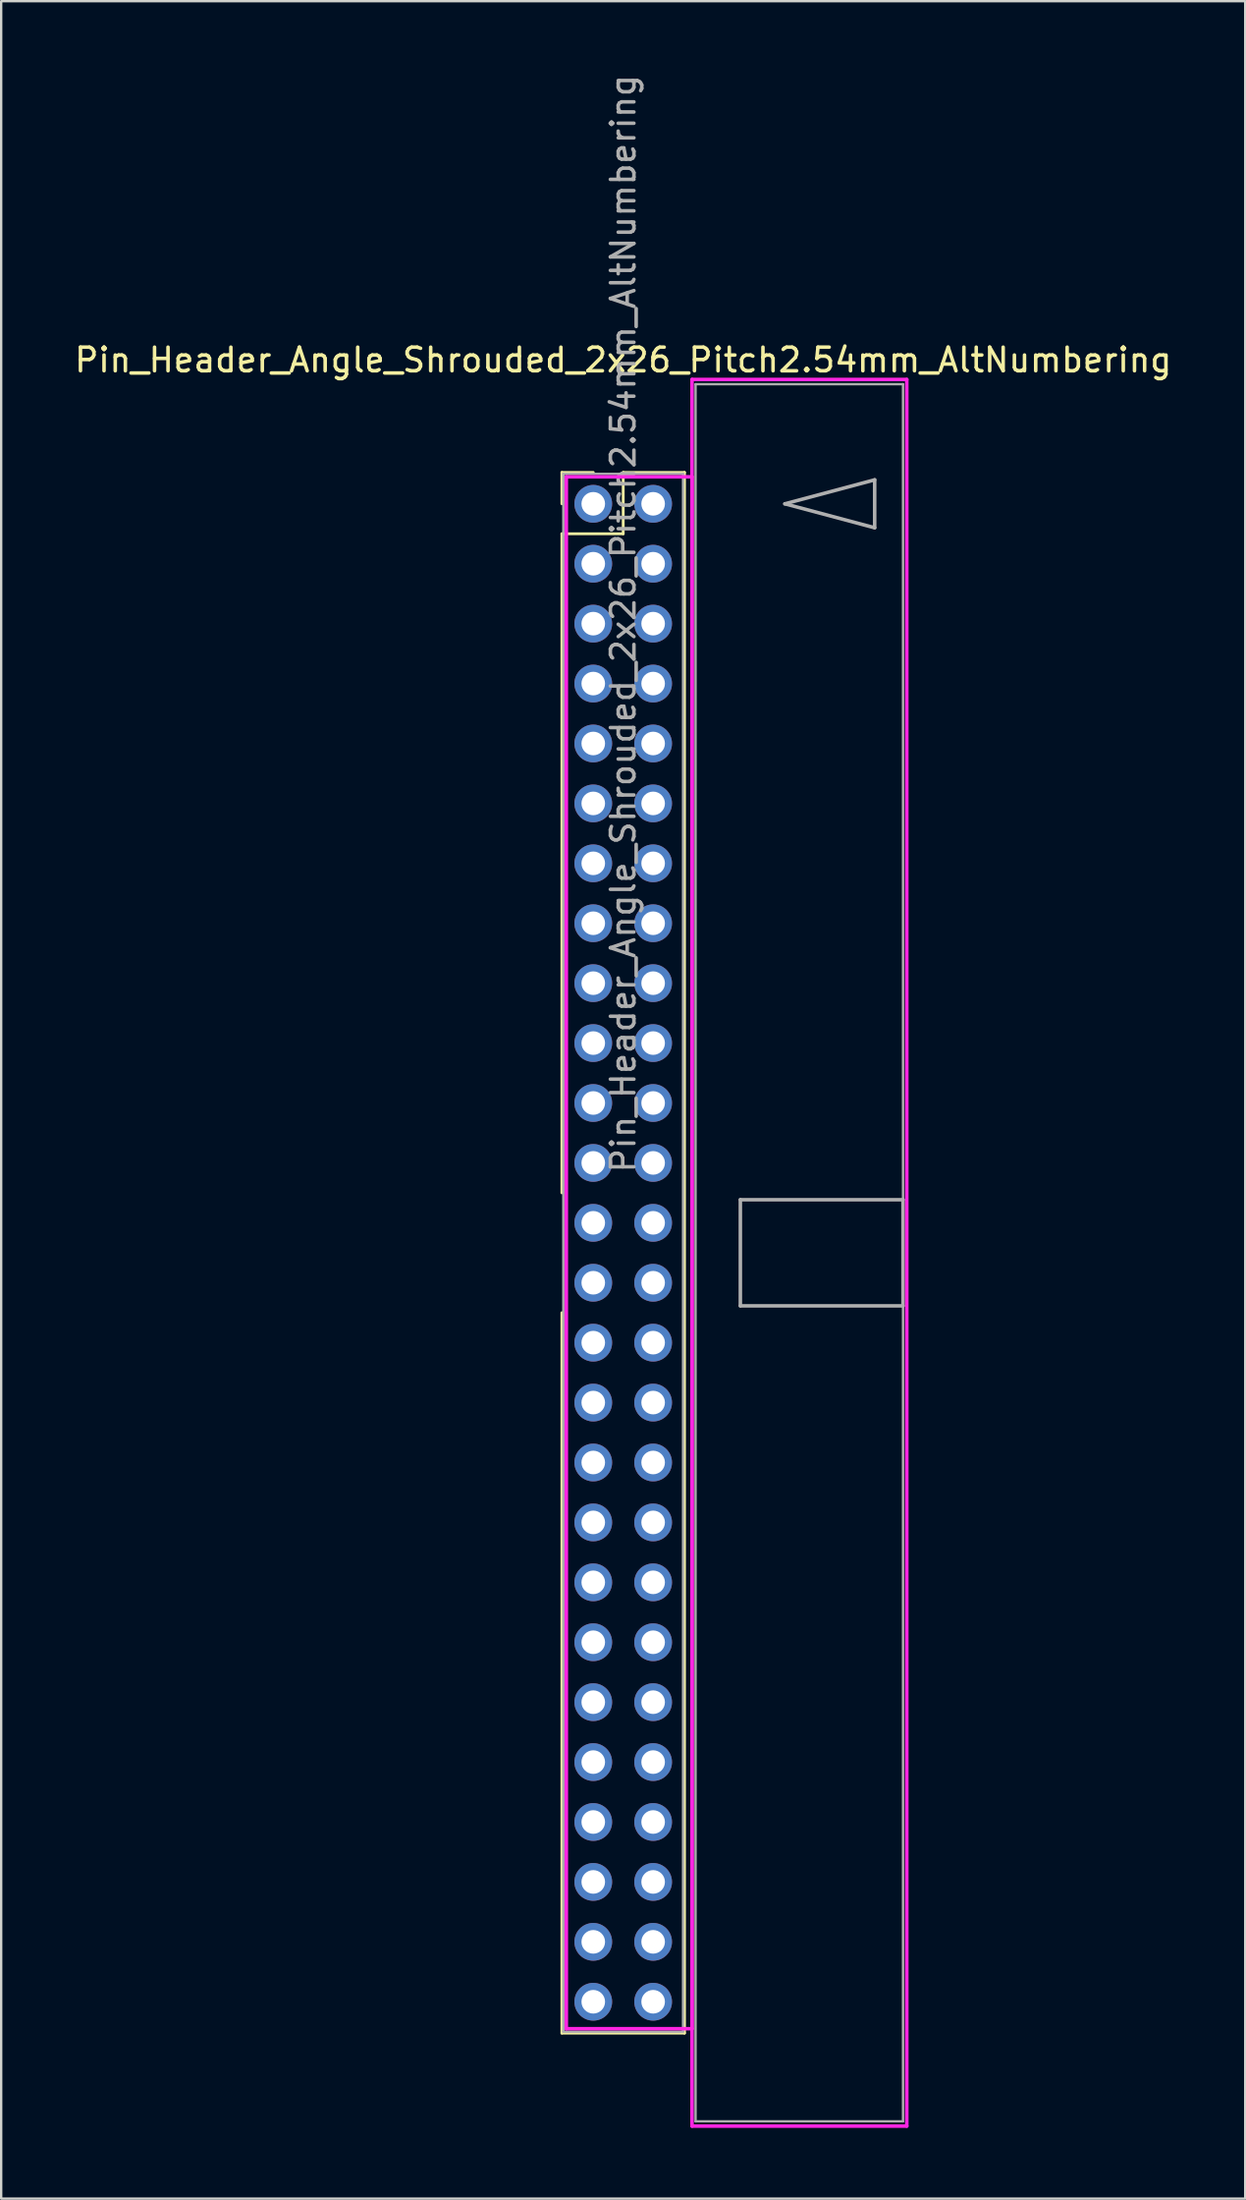
<source format=kicad_pcb>
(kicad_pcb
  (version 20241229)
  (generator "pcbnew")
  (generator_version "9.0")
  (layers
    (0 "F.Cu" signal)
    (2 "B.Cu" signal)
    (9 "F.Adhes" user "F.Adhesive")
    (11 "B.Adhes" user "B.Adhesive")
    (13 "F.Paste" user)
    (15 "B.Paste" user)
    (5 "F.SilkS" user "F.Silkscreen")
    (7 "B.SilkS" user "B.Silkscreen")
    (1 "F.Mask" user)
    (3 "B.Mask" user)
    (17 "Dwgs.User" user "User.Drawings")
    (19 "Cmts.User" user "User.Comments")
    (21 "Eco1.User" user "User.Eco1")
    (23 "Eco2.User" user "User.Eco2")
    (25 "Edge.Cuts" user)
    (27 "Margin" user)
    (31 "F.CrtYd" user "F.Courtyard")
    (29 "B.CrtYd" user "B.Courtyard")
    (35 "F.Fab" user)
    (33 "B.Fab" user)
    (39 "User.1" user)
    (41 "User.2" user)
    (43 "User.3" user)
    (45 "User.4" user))
  (footprint "Pin_Header_Angle_Shrouded_2x26_Pitch2.54mm_AltNumbering"
    (layer "F.Cu")
    (at 22.117 18.307)
    (property "Reference" "Pin_Header_Angle_Shrouded_2x26_Pitch2.54mm_AltNumbering" (at 1.27 -6.096 0) (layer "F.SilkS") (effects (font (size 1 1) (thickness 0.15))))
    (attr through_hole)
    (fp_line (start -1.33 -1.33) (end 0 -1.33) (stroke (width 0.12) (type solid)) (layer "F.SilkS"))
    (fp_line (start -1.33 0) (end -1.33 -1.33) (stroke (width 0.12) (type solid)) (layer "F.SilkS"))
    (fp_line (start -1.33 1.27) (end -1.33 29.21) (stroke (width 0.12) (type solid)) (layer "F.SilkS"))
    (fp_line (start -1.33 1.27) (end 1.27 1.27) (stroke (width 0.12) (type solid)) (layer "F.SilkS"))
    (fp_line (start -1.33 34.29) (end -1.33 64.83) (stroke (width 0.12) (type solid)) (layer "F.SilkS"))
    (fp_line (start -1.33 64.83) (end 3.87 64.83) (stroke (width 0.12) (type solid)) (layer "F.SilkS"))
    (fp_line (start 1.27 -1.33) (end 3.87 -1.33) (stroke (width 0.12) (type solid)) (layer "F.SilkS"))
    (fp_line (start 1.27 1.27) (end 1.27 -1.33) (stroke (width 0.12) (type solid)) (layer "F.SilkS"))
    (fp_line (start 3.87 -1.33) (end 3.87 64.83) (stroke (width 0.12) (type solid)) (layer "F.SilkS"))
    (fp_line (start -1.143 -1.143) (end -1.143 64.643) (stroke (width 0.15) (type solid)) (layer "F.CrtYd"))
    (fp_line (start -1.143 64.643) (end 4.19 64.643) (stroke (width 0.15) (type solid)) (layer "F.CrtYd"))
    (fp_line (start 4.19 -5.27) (end 4.19 68.77) (stroke (width 0.15) (type solid)) (layer "F.CrtYd"))
    (fp_line (start 4.19 -1.143) (end -1.143 -1.143) (stroke (width 0.15) (type solid)) (layer "F.CrtYd"))
    (fp_line (start 4.19 64.643) (end 4.19 -1.143) (stroke (width 0.15) (type solid)) (layer "F.CrtYd"))
    (fp_line (start 4.19 68.77) (end 13.3 68.77) (stroke (width 0.15) (type solid)) (layer "F.CrtYd"))
    (fp_line (start 13.3 -5.27) (end 4.19 -5.27) (stroke (width 0.15) (type solid)) (layer "F.CrtYd"))
    (fp_line (start 13.3 68.77) (end 13.3 -5.27) (stroke (width 0.15) (type solid)) (layer "F.CrtYd"))
    (fp_line (start -1.27 -1.27) (end -1.27 64.77) (stroke (width 0.1) (type solid)) (layer "F.Fab"))
    (fp_line (start -1.27 64.77) (end 3.81 64.77) (stroke (width 0.1) (type solid)) (layer "F.Fab"))
    (fp_line (start 3.81 -1.27) (end -1.27 -1.27) (stroke (width 0.1) (type solid)) (layer "F.Fab"))
    (fp_line (start 3.81 64.77) (end 3.81 -1.27) (stroke (width 0.1) (type solid)) (layer "F.Fab"))
    (fp_line (start 4.34 -5.07) (end 4.34 68.57) (stroke (width 0.1) (type solid)) (layer "F.Fab"))
    (fp_line (start 4.34 68.57) (end 13.14 68.57) (stroke (width 0.1) (type solid)) (layer "F.Fab"))
    (fp_line (start 6.24 29.5) (end 6.24 34) (stroke (width 0.15) (type solid)) (layer "F.Fab"))
    (fp_line (start 6.24 34) (end 13.14 34) (stroke (width 0.15) (type solid)) (layer "F.Fab"))
    (fp_line (start 8.128 0) (end 11.938 -1.016) (stroke (width 0.15) (type solid)) (layer "F.Fab"))
    (fp_line (start 11.938 -1.016) (end 11.938 1.016) (stroke (width 0.15) (type solid)) (layer "F.Fab"))
    (fp_line (start 11.938 1.016) (end 8.128 0) (stroke (width 0.15) (type solid)) (layer "F.Fab"))
    (fp_line (start 13.14 -5.07) (end 4.34 -5.07) (stroke (width 0.1) (type solid)) (layer "F.Fab"))
    (fp_line (start 13.14 29.5) (end 6.24 29.5) (stroke (width 0.15) (type solid)) (layer "F.Fab"))
    (fp_line (start 13.14 34) (end 13.14 29.5) (stroke (width 0.15) (type solid)) (layer "F.Fab"))
    (fp_line (start 13.14 68.57) (end 13.14 -5.07) (stroke (width 0.1) (type solid)) (layer "F.Fab"))
    (fp_text user "${REFERENCE}" (at 1.27 5.08 90) (layer "F.Fab") (effects (font (size 1 1) (thickness 0.15))))
    (pad "1" thru_hole oval (at 0 0) (size 1.6 1.6) (drill 1) (layers "*.Cu" "*.Mask"))
    (pad "2" thru_hole oval (at 0 2.54) (size 1.6 1.6) (drill 1) (layers "*.Cu" "*.Mask"))
    (pad "3" thru_hole oval (at 0 5.08) (size 1.6 1.6) (drill 1) (layers "*.Cu" "*.Mask"))
    (pad "4" thru_hole oval (at 0 7.62) (size 1.6 1.6) (drill 1) (layers "*.Cu" "*.Mask"))
    (pad "5" thru_hole oval (at 0 10.16) (size 1.6 1.6) (drill 1) (layers "*.Cu" "*.Mask"))
    (pad "6" thru_hole oval (at 0 12.7) (size 1.6 1.6) (drill 1) (layers "*.Cu" "*.Mask"))
    (pad "7" thru_hole oval (at 0 15.24) (size 1.6 1.6) (drill 1) (layers "*.Cu" "*.Mask"))
    (pad "8" thru_hole oval (at 0 17.78) (size 1.6 1.6) (drill 1) (layers "*.Cu" "*.Mask"))
    (pad "9" thru_hole oval (at 0 20.32) (size 1.6 1.6) (drill 1) (layers "*.Cu" "*.Mask"))
    (pad "10" thru_hole oval (at 0 22.86) (size 1.6 1.6) (drill 1) (layers "*.Cu" "*.Mask"))
    (pad "11" thru_hole oval (at 0 25.4) (size 1.6 1.6) (drill 1) (layers "*.Cu" "*.Mask"))
    (pad "12" thru_hole oval (at 0 27.94) (size 1.6 1.6) (drill 1) (layers "*.Cu" "*.Mask"))
    (pad "13" thru_hole oval (at 0 30.48) (size 1.6 1.6) (drill 1) (layers "*.Cu" "*.Mask"))
    (pad "14" thru_hole oval (at 0 33.02) (size 1.6 1.6) (drill 1) (layers "*.Cu" "*.Mask"))
    (pad "15" thru_hole oval (at 0 35.56) (size 1.6 1.6) (drill 1) (layers "*.Cu" "*.Mask"))
    (pad "16" thru_hole oval (at 0 38.1) (size 1.6 1.6) (drill 1) (layers "*.Cu" "*.Mask"))
    (pad "17" thru_hole oval (at 0 40.64) (size 1.6 1.6) (drill 1) (layers "*.Cu" "*.Mask"))
    (pad "18" thru_hole oval (at 0 43.18) (size 1.6 1.6) (drill 1) (layers "*.Cu" "*.Mask"))
    (pad "19" thru_hole oval (at 0 45.72) (size 1.6 1.6) (drill 1) (layers "*.Cu" "*.Mask"))
    (pad "20" thru_hole oval (at 0 48.26) (size 1.6 1.6) (drill 1) (layers "*.Cu" "*.Mask"))
    (pad "21" thru_hole oval (at 0 50.8) (size 1.6 1.6) (drill 1) (layers "*.Cu" "*.Mask"))
    (pad "22" thru_hole oval (at 0 53.34) (size 1.6 1.6) (drill 1) (layers "*.Cu" "*.Mask"))
    (pad "23" thru_hole oval (at 0 55.88) (size 1.6 1.6) (drill 1) (layers "*.Cu" "*.Mask"))
    (pad "24" thru_hole oval (at 0 58.42) (size 1.6 1.6) (drill 1) (layers "*.Cu" "*.Mask"))
    (pad "25" thru_hole oval (at 0 60.96) (size 1.6 1.6) (drill 1) (layers "*.Cu" "*.Mask"))
    (pad "26" thru_hole oval (at 0 63.5) (size 1.6 1.6) (drill 1) (layers "*.Cu" "*.Mask"))
    (pad "27" thru_hole oval (at 2.54 0) (size 1.6 1.6) (drill 1) (layers "*.Cu" "*.Mask"))
    (pad "28" thru_hole oval (at 2.54 2.54) (size 1.6 1.6) (drill 1) (layers "*.Cu" "*.Mask"))
    (pad "29" thru_hole oval (at 2.54 5.08) (size 1.6 1.6) (drill 1) (layers "*.Cu" "*.Mask"))
    (pad "30" thru_hole oval (at 2.54 7.62) (size 1.6 1.6) (drill 1) (layers "*.Cu" "*.Mask"))
    (pad "31" thru_hole oval (at 2.54 10.16) (size 1.6 1.6) (drill 1) (layers "*.Cu" "*.Mask"))
    (pad "32" thru_hole oval (at 2.54 12.7) (size 1.6 1.6) (drill 1) (layers "*.Cu" "*.Mask"))
    (pad "33" thru_hole oval (at 2.54 15.24) (size 1.6 1.6) (drill 1) (layers "*.Cu" "*.Mask"))
    (pad "34" thru_hole oval (at 2.54 17.78) (size 1.6 1.6) (drill 1) (layers "*.Cu" "*.Mask"))
    (pad "35" thru_hole oval (at 2.54 20.32) (size 1.6 1.6) (drill 1) (layers "*.Cu" "*.Mask"))
    (pad "36" thru_hole oval (at 2.54 22.86) (size 1.6 1.6) (drill 1) (layers "*.Cu" "*.Mask"))
    (pad "37" thru_hole oval (at 2.54 25.4) (size 1.6 1.6) (drill 1) (layers "*.Cu" "*.Mask"))
    (pad "38" thru_hole oval (at 2.54 27.94) (size 1.6 1.6) (drill 1) (layers "*.Cu" "*.Mask"))
    (pad "39" thru_hole oval (at 2.54 30.48) (size 1.6 1.6) (drill 1) (layers "*.Cu" "*.Mask"))
    (pad "40" thru_hole oval (at 2.54 33.02) (size 1.6 1.6) (drill 1) (layers "*.Cu" "*.Mask"))
    (pad "41" thru_hole oval (at 2.54 35.56) (size 1.6 1.6) (drill 1) (layers "*.Cu" "*.Mask"))
    (pad "42" thru_hole oval (at 2.54 38.1) (size 1.6 1.6) (drill 1) (layers "*.Cu" "*.Mask"))
    (pad "43" thru_hole oval (at 2.54 40.64) (size 1.6 1.6) (drill 1) (layers "*.Cu" "*.Mask"))
    (pad "44" thru_hole oval (at 2.54 43.18) (size 1.6 1.6) (drill 1) (layers "*.Cu" "*.Mask"))
    (pad "45" thru_hole oval (at 2.54 45.72) (size 1.6 1.6) (drill 1) (layers "*.Cu" "*.Mask"))
    (pad "46" thru_hole oval (at 2.54 48.26) (size 1.6 1.6) (drill 1) (layers "*.Cu" "*.Mask"))
    (pad "47" thru_hole oval (at 2.54 50.8) (size 1.6 1.6) (drill 1) (layers "*.Cu" "*.Mask"))
    (pad "48" thru_hole oval (at 2.54 53.34) (size 1.6 1.6) (drill 1) (layers "*.Cu" "*.Mask"))
    (pad "49" thru_hole oval (at 2.54 55.88) (size 1.6 1.6) (drill 1) (layers "*.Cu" "*.Mask"))
    (pad "50" thru_hole oval (at 2.54 58.42) (size 1.6 1.6) (drill 1) (layers "*.Cu" "*.Mask"))
    (pad "51" thru_hole oval (at 2.54 60.96) (size 1.6 1.6) (drill 1) (layers "*.Cu" "*.Mask"))
    (pad "52" thru_hole oval (at 2.54 63.5) (size 1.6 1.6) (drill 1) (layers "*.Cu" "*.Mask")))
  (gr_rect
    (start -3 -3)
    (end 49.774 90.152)
    (stroke (width 0.1) (type default))
    (fill no)
    (layer "Edge.Cuts")))
</source>
